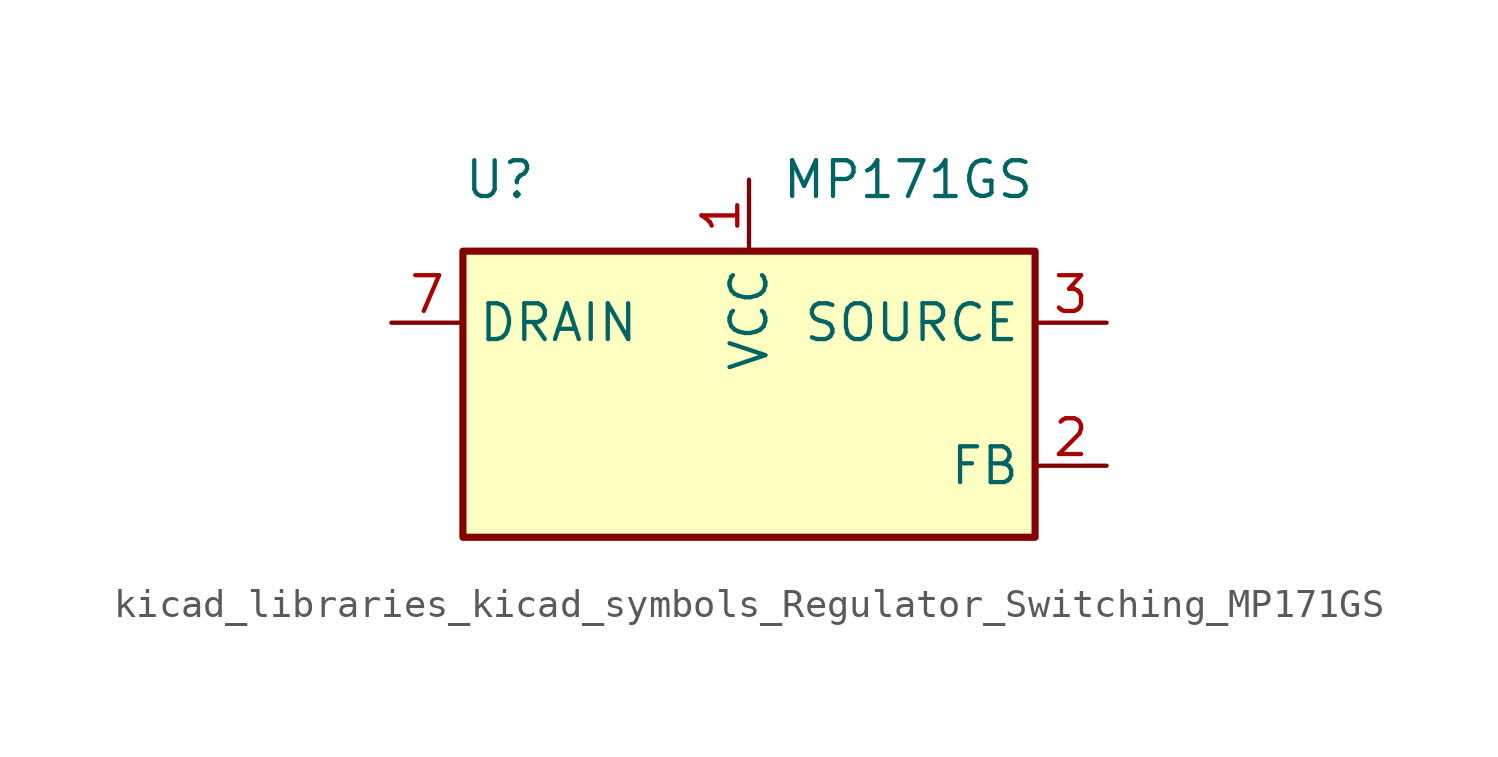
<source format=kicad_sym>
(kicad_symbol_lib
  (version 20220914)
  (generator kicad_symbol_editor)
  (symbol "kicad_libraries_kicad_symbols_Regulator_Switching_MP171GS"
    (property "Reference" "U"
      (at -10.16 7.62 0)
      (effects (font (size 1.27 1.27)) (justify left)))
    (property "Value" "MP171GS"
      (at 10.16 7.62 0)
      (effects (font (size 1.27 1.27)) (justify right)))
    (symbol "kicad_libraries_kicad_symbols_Regulator_Switching_MP171GS_1_1"
      (rectangle (start 10.16 5.08) (end -10.16 -5.08) (stroke (width 0.254) (type default)) (fill (type background)))
      (pin power_in line (at 0 7.62 270) (length 2.54) (name "VCC" (effects (font (size 1.27 1.27)))) (number "1" (effects (font (size 1.27 1.27)))))
      (pin passive line (at 12.7 -2.54 180) (length 2.54) (name "FB" (effects (font (size 1.27 1.27)))) (number "2" (effects (font (size 1.27 1.27)))))
      (pin power_out line (at 12.7 2.54 180) (length 2.54) (name "SOURCE" (effects (font (size 1.27 1.27)))) (number "3" (effects (font (size 1.27 1.27)))))
      (pin passive line (at 12.7 2.54 180) (length 2.54) hide (name "SOURCE" (effects (font (size 1.27 1.27)))) (number "4" (effects (font (size 1.27 1.27)))))
      (pin no_connect line (at -10.16 0 0) (length 2.54) hide (name "NC" (effects (font (size 1.27 1.27)))) (number "5" (effects (font (size 1.27 1.27)))))
      (pin no_connect line (at -10.16 -2.54 0) (length 2.54) hide (name "NC" (effects (font (size 1.27 1.27)))) (number "6" (effects (font (size 1.27 1.27)))))
      (pin power_in line (at -12.7 2.54 0) (length 2.54) (name "DRAIN" (effects (font (size 1.27 1.27)))) (number "7" (effects (font (size 1.27 1.27)))))
      (pin no_connect line (at 10.16 0 180) (length 2.54) hide (name "NC" (effects (font (size 1.27 1.27)))) (number "8" (effects (font (size 1.27 1.27))))))))
</source>
